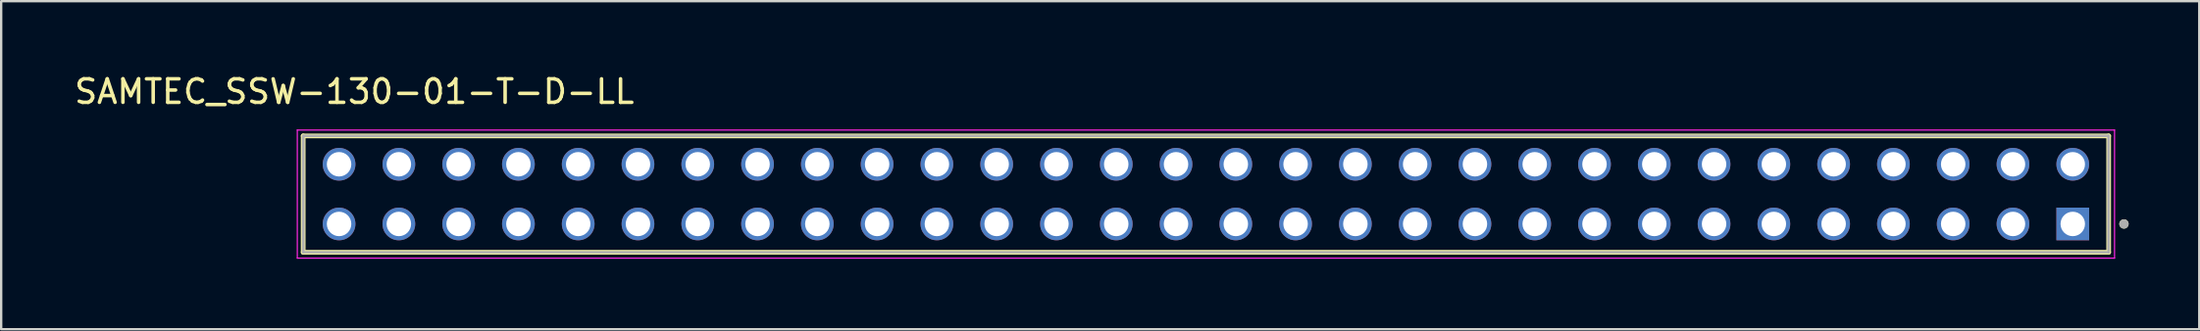
<source format=kicad_pcb>
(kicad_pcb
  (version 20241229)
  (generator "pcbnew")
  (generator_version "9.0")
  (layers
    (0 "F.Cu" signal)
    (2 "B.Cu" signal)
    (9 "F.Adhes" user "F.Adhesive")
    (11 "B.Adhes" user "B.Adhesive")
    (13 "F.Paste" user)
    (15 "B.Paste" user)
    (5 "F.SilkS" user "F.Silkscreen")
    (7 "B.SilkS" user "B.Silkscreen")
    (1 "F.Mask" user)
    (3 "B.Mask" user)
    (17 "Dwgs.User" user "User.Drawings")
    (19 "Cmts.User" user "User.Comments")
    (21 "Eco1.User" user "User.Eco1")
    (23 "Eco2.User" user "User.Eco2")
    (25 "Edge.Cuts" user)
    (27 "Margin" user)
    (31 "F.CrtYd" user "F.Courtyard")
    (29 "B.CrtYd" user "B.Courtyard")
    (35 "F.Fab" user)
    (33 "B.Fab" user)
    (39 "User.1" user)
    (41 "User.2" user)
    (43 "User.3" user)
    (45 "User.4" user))
  (footprint "SAMTEC_SSW-130-01-T-D-LL"
    (layer "F.Cu")
    (at 85.016 6.48)
    (property "Reference" "SAMTEC_SSW-130-01-T-D-LL" (at -73.01 -5.631 0) (layer "F.SilkS") (effects (font (size 1 1) (thickness 0.15))))
    (attr through_hole)
    (fp_line (start -75.185 1.206) (end -75.185 -3.747) (stroke (width 0.2) (type solid)) (layer "F.SilkS"))
    (fp_line (start 1.525 -3.747) (end -75.185 -3.747) (stroke (width 0.2) (type solid)) (layer "F.SilkS"))
    (fp_line (start 1.525 -3.747) (end 1.525 1.206) (stroke (width 0.2) (type solid)) (layer "F.SilkS"))
    (fp_line (start 1.525 1.206) (end -75.185 1.206) (stroke (width 0.2) (type solid)) (layer "F.SilkS"))
    (fp_circle (center 2.175 0) (end 2.275 0) (stroke (width 0.2) (type solid)) (fill no) (layer "F.SilkS"))
    (fp_line (start -75.435 -3.997) (end 1.775 -3.997) (stroke (width 0.05) (type solid)) (layer "F.CrtYd"))
    (fp_line (start -75.435 1.456) (end -75.435 -3.997) (stroke (width 0.05) (type solid)) (layer "F.CrtYd"))
    (fp_line (start 1.775 -3.997) (end 1.775 1.456) (stroke (width 0.05) (type solid)) (layer "F.CrtYd"))
    (fp_line (start 1.775 1.456) (end -75.435 1.456) (stroke (width 0.05) (type solid)) (layer "F.CrtYd"))
    (fp_line (start -75.185 -3.747) (end 1.525 -3.747) (stroke (width 0.1) (type solid)) (layer "F.Fab"))
    (fp_line (start -75.185 -3.747) (end 1.525 -3.747) (stroke (width 0.1) (type solid)) (layer "F.Fab"))
    (fp_line (start -75.185 1.206) (end -75.185 -3.747) (stroke (width 0.1) (type solid)) (layer "F.Fab"))
    (fp_line (start -75.185 1.206) (end -75.185 -3.747) (stroke (width 0.1) (type solid)) (layer "F.Fab"))
    (fp_line (start 1.525 -3.747) (end 1.525 1.206) (stroke (width 0.1) (type solid)) (layer "F.Fab"))
    (fp_line (start 1.525 -3.747) (end 1.525 1.206) (stroke (width 0.1) (type solid)) (layer "F.Fab"))
    (fp_line (start 1.525 1.206) (end -75.185 1.206) (stroke (width 0.1) (type solid)) (layer "F.Fab"))
    (fp_circle (center 2.175 0) (end 2.275 0) (stroke (width 0.2) (type solid)) (fill no) (layer "F.Fab"))
    (pad "01" thru_hole rect (at 0 0) (size 1.39 1.39) (drill 1.04) (layers "*.Cu" "*.Mask"))
    (pad "02" thru_hole circle (at 0 -2.54) (size 1.39 1.39) (drill 1.04) (layers "*.Cu" "*.Mask"))
    (pad "03" thru_hole circle (at -2.54 0) (size 1.39 1.39) (drill 1.04) (layers "*.Cu" "*.Mask"))
    (pad "04" thru_hole circle (at -2.54 -2.54) (size 1.39 1.39) (drill 1.04) (layers "*.Cu" "*.Mask"))
    (pad "05" thru_hole circle (at -5.08 0) (size 1.39 1.39) (drill 1.04) (layers "*.Cu" "*.Mask"))
    (pad "06" thru_hole circle (at -5.08 -2.54) (size 1.39 1.39) (drill 1.04) (layers "*.Cu" "*.Mask"))
    (pad "07" thru_hole circle (at -7.62 0) (size 1.39 1.39) (drill 1.04) (layers "*.Cu" "*.Mask"))
    (pad "08" thru_hole circle (at -7.62 -2.54) (size 1.39 1.39) (drill 1.04) (layers "*.Cu" "*.Mask"))
    (pad "09" thru_hole circle (at -10.16 0) (size 1.39 1.39) (drill 1.04) (layers "*.Cu" "*.Mask"))
    (pad "10" thru_hole circle (at -10.16 -2.54) (size 1.39 1.39) (drill 1.04) (layers "*.Cu" "*.Mask"))
    (pad "11" thru_hole circle (at -12.7 0) (size 1.39 1.39) (drill 1.04) (layers "*.Cu" "*.Mask"))
    (pad "12" thru_hole circle (at -12.7 -2.54) (size 1.39 1.39) (drill 1.04) (layers "*.Cu" "*.Mask"))
    (pad "13" thru_hole circle (at -15.24 0) (size 1.39 1.39) (drill 1.04) (layers "*.Cu" "*.Mask"))
    (pad "14" thru_hole circle (at -15.24 -2.54) (size 1.39 1.39) (drill 1.04) (layers "*.Cu" "*.Mask"))
    (pad "15" thru_hole circle (at -17.78 0) (size 1.39 1.39) (drill 1.04) (layers "*.Cu" "*.Mask"))
    (pad "16" thru_hole circle (at -17.78 -2.54) (size 1.39 1.39) (drill 1.04) (layers "*.Cu" "*.Mask"))
    (pad "17" thru_hole circle (at -20.32 0) (size 1.39 1.39) (drill 1.04) (layers "*.Cu" "*.Mask"))
    (pad "18" thru_hole circle (at -20.32 -2.54) (size 1.39 1.39) (drill 1.04) (layers "*.Cu" "*.Mask"))
    (pad "19" thru_hole circle (at -22.86 0) (size 1.39 1.39) (drill 1.04) (layers "*.Cu" "*.Mask"))
    (pad "20" thru_hole circle (at -22.86 -2.54) (size 1.39 1.39) (drill 1.04) (layers "*.Cu" "*.Mask"))
    (pad "21" thru_hole circle (at -25.4 0) (size 1.39 1.39) (drill 1.04) (layers "*.Cu" "*.Mask"))
    (pad "22" thru_hole circle (at -25.4 -2.54) (size 1.39 1.39) (drill 1.04) (layers "*.Cu" "*.Mask"))
    (pad "23" thru_hole circle (at -27.94 0) (size 1.39 1.39) (drill 1.04) (layers "*.Cu" "*.Mask"))
    (pad "24" thru_hole circle (at -27.94 -2.54) (size 1.39 1.39) (drill 1.04) (layers "*.Cu" "*.Mask"))
    (pad "25" thru_hole circle (at -30.48 0) (size 1.39 1.39) (drill 1.04) (layers "*.Cu" "*.Mask"))
    (pad "26" thru_hole circle (at -30.48 -2.54) (size 1.39 1.39) (drill 1.04) (layers "*.Cu" "*.Mask"))
    (pad "27" thru_hole circle (at -33.02 0) (size 1.39 1.39) (drill 1.04) (layers "*.Cu" "*.Mask"))
    (pad "28" thru_hole circle (at -33.02 -2.54) (size 1.39 1.39) (drill 1.04) (layers "*.Cu" "*.Mask"))
    (pad "29" thru_hole circle (at -35.56 0) (size 1.39 1.39) (drill 1.04) (layers "*.Cu" "*.Mask"))
    (pad "30" thru_hole circle (at -35.56 -2.54) (size 1.39 1.39) (drill 1.04) (layers "*.Cu" "*.Mask"))
    (pad "31" thru_hole circle (at -38.1 0) (size 1.39 1.39) (drill 1.04) (layers "*.Cu" "*.Mask"))
    (pad "32" thru_hole circle (at -38.1 -2.54) (size 1.39 1.39) (drill 1.04) (layers "*.Cu" "*.Mask"))
    (pad "33" thru_hole circle (at -40.64 0) (size 1.39 1.39) (drill 1.04) (layers "*.Cu" "*.Mask"))
    (pad "34" thru_hole circle (at -40.64 -2.54) (size 1.39 1.39) (drill 1.04) (layers "*.Cu" "*.Mask"))
    (pad "35" thru_hole circle (at -43.18 0) (size 1.39 1.39) (drill 1.04) (layers "*.Cu" "*.Mask"))
    (pad "36" thru_hole circle (at -43.18 -2.54) (size 1.39 1.39) (drill 1.04) (layers "*.Cu" "*.Mask"))
    (pad "37" thru_hole circle (at -45.72 0) (size 1.39 1.39) (drill 1.04) (layers "*.Cu" "*.Mask"))
    (pad "38" thru_hole circle (at -45.72 -2.54) (size 1.39 1.39) (drill 1.04) (layers "*.Cu" "*.Mask"))
    (pad "39" thru_hole circle (at -48.26 0) (size 1.39 1.39) (drill 1.04) (layers "*.Cu" "*.Mask"))
    (pad "40" thru_hole circle (at -48.26 -2.54) (size 1.39 1.39) (drill 1.04) (layers "*.Cu" "*.Mask"))
    (pad "41" thru_hole circle (at -50.8 0) (size 1.39 1.39) (drill 1.04) (layers "*.Cu" "*.Mask"))
    (pad "42" thru_hole circle (at -50.8 -2.54) (size 1.39 1.39) (drill 1.04) (layers "*.Cu" "*.Mask"))
    (pad "43" thru_hole circle (at -53.34 0) (size 1.39 1.39) (drill 1.04) (layers "*.Cu" "*.Mask"))
    (pad "44" thru_hole circle (at -53.34 -2.54) (size 1.39 1.39) (drill 1.04) (layers "*.Cu" "*.Mask"))
    (pad "45" thru_hole circle (at -55.88 0) (size 1.39 1.39) (drill 1.04) (layers "*.Cu" "*.Mask"))
    (pad "46" thru_hole circle (at -55.88 -2.54) (size 1.39 1.39) (drill 1.04) (layers "*.Cu" "*.Mask"))
    (pad "47" thru_hole circle (at -58.42 0) (size 1.39 1.39) (drill 1.04) (layers "*.Cu" "*.Mask"))
    (pad "48" thru_hole circle (at -58.42 -2.54) (size 1.39 1.39) (drill 1.04) (layers "*.Cu" "*.Mask"))
    (pad "49" thru_hole circle (at -60.96 0) (size 1.39 1.39) (drill 1.04) (layers "*.Cu" "*.Mask"))
    (pad "50" thru_hole circle (at -60.96 -2.54) (size 1.39 1.39) (drill 1.04) (layers "*.Cu" "*.Mask"))
    (pad "51" thru_hole circle (at -63.5 0) (size 1.39 1.39) (drill 1.04) (layers "*.Cu" "*.Mask"))
    (pad "52" thru_hole circle (at -63.5 -2.54) (size 1.39 1.39) (drill 1.04) (layers "*.Cu" "*.Mask"))
    (pad "53" thru_hole circle (at -66.04 0) (size 1.39 1.39) (drill 1.04) (layers "*.Cu" "*.Mask"))
    (pad "54" thru_hole circle (at -66.04 -2.54) (size 1.39 1.39) (drill 1.04) (layers "*.Cu" "*.Mask"))
    (pad "55" thru_hole circle (at -68.58 0) (size 1.39 1.39) (drill 1.04) (layers "*.Cu" "*.Mask"))
    (pad "56" thru_hole circle (at -68.58 -2.54) (size 1.39 1.39) (drill 1.04) (layers "*.Cu" "*.Mask"))
    (pad "57" thru_hole circle (at -71.12 0) (size 1.39 1.39) (drill 1.04) (layers "*.Cu" "*.Mask"))
    (pad "58" thru_hole circle (at -71.12 -2.54) (size 1.39 1.39) (drill 1.04) (layers "*.Cu" "*.Mask"))
    (pad "59" thru_hole circle (at -73.66 0) (size 1.39 1.39) (drill 1.04) (layers "*.Cu" "*.Mask"))
    (pad "60" thru_hole circle (at -73.66 -2.54) (size 1.39 1.39) (drill 1.04) (layers "*.Cu" "*.Mask")))
  (gr_rect
    (start -3 -3)
    (end 90.391 10.961)
    (stroke (width 0.1) (type default))
    (fill no)
    (layer "Edge.Cuts")))
</source>
